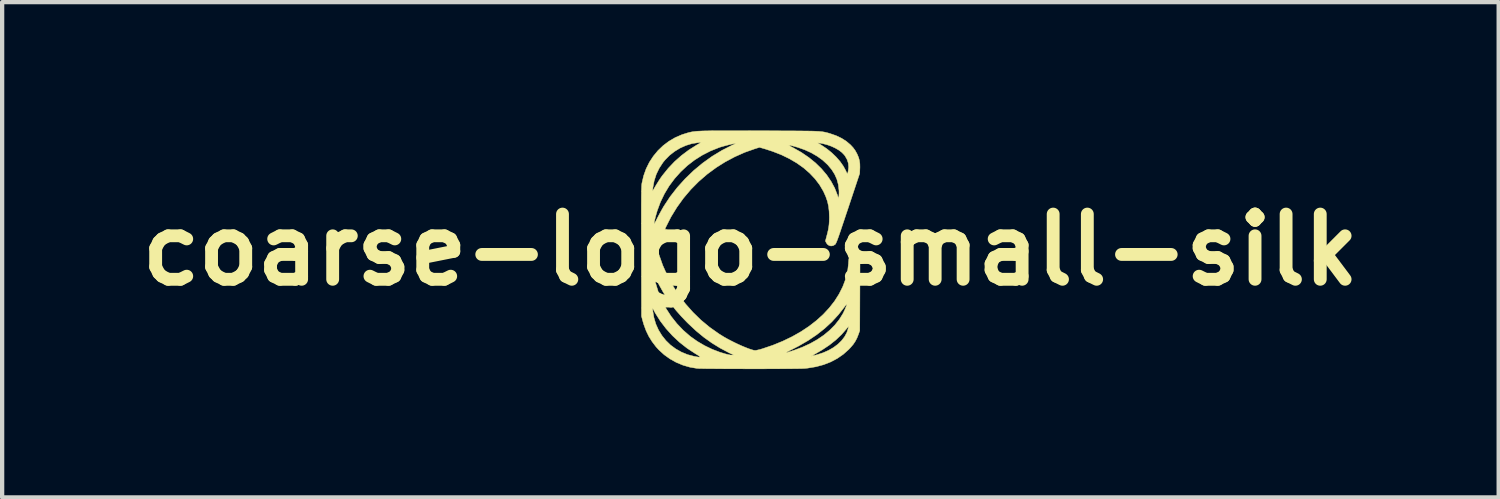
<source format=kicad_pcb>
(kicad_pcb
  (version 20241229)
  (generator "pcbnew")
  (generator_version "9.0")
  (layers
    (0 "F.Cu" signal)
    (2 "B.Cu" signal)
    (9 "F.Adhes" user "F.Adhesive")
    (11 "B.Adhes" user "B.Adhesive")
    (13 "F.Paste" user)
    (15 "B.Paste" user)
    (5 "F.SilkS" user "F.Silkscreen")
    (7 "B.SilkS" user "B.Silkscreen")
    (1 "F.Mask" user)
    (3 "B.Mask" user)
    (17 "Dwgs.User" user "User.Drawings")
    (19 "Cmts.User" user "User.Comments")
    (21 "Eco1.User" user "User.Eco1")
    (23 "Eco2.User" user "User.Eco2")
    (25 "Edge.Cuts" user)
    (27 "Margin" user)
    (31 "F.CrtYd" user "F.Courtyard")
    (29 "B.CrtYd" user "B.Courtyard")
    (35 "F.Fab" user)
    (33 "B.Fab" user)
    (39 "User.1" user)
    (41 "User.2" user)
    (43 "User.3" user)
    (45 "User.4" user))
  (footprint "coarse-logo-small-silk"
    (layer "F.Cu")
    (at 14.485 2.787)
    (property "Reference" "coarse-logo-small-silk" (at 0 0 0) (layer "F.SilkS") (effects (font (size 1.524 1.524) (thickness 0.3))))
    (attr through_hole)
    (fp_poly (pts (xy -0.304 -2.782) (xy -0.131 -2.782) (xy 0.061 -2.781) (xy 0.228 -2.781) (xy 0.429 -2.781) (xy 0.611 -2.78) (xy 0.774 -2.779) (xy 0.92 -2.779) (xy 1.049 -2.778) (xy 1.163 -2.777) (xy 1.263 -2.776) (xy 1.35 -2.775) (xy 1.426 -2.774) (xy 1.491 -2.772) (xy 1.547 -2.769) (xy 1.595 -2.767) (xy 1.637 -2.763) (xy 1.673 -2.76) (xy 1.704 -2.755) (xy 1.733 -2.75) (xy 1.759 -2.744) (xy 1.785 -2.738) (xy 1.811 -2.731) (xy 1.839 -2.723) (xy 1.868 -2.714) (xy 2.006 -2.666) (xy 2.133 -2.605) (xy 2.245 -2.533) (xy 2.341 -2.451) (xy 2.342 -2.45) (xy 2.402 -2.385) (xy 2.448 -2.322) (xy 2.487 -2.252) (xy 2.498 -2.23) (xy 2.529 -2.156) (xy 2.548 -2.087) (xy 2.558 -2.014) (xy 2.56 -1.931) (xy 2.559 -1.905) (xy 2.554 -1.783) (xy 2.282 -0.966) (xy 2.232 -0.818) (xy 2.189 -0.688) (xy 2.151 -0.576) (xy 2.119 -0.48) (xy 2.091 -0.398) (xy 2.068 -0.331) (xy 2.048 -0.275) (xy 2.032 -0.231) (xy 2.018 -0.196) (xy 2.007 -0.17) (xy 1.998 -0.151) (xy 1.99 -0.137) (xy 1.984 -0.128) (xy 1.978 -0.123) (xy 1.932 -0.096) (xy 1.884 -0.089) (xy 1.838 -0.1) (xy 1.798 -0.129) (xy 1.774 -0.164) (xy 1.753 -0.205) (xy 1.777 -0.296) (xy 1.801 -0.387) (xy 1.819 -0.464) (xy 1.831 -0.533) (xy 1.839 -0.6) (xy 1.843 -0.671) (xy 1.845 -0.752) (xy 1.845 -0.762) (xy 1.84 -0.897) (xy 1.826 -1.019) (xy 1.8 -1.133) (xy 1.761 -1.245) (xy 1.709 -1.361) (xy 1.705 -1.369) (xy 1.617 -1.518) (xy 1.511 -1.658) (xy 1.386 -1.79) (xy 1.245 -1.913) (xy 1.086 -2.026) (xy 0.912 -2.128) (xy 0.723 -2.22) (xy 0.52 -2.299) (xy 0.345 -2.356) (xy 0.213 -2.394) (xy 0.104 -2.36) (xy -0.131 -2.277) (xy -0.363 -2.174) (xy -0.59 -2.053) (xy -0.794 -1.925) (xy -1.008 -1.768) (xy -1.208 -1.595) (xy -1.393 -1.408) (xy -1.564 -1.206) (xy -1.718 -0.992) (xy -1.856 -0.767) (xy -1.976 -0.53) (xy -2.078 -0.284) (xy -2.132 -0.125) (xy -2.171 -0.001) (xy -2.138 0.108) (xy -2.05 0.358) (xy -1.943 0.6) (xy -1.818 0.832) (xy -1.675 1.053) (xy -1.517 1.263) (xy -1.342 1.46) (xy -1.154 1.643) (xy -0.951 1.811) (xy -0.736 1.963) (xy -0.622 2.034) (xy -0.545 2.078) (xy -0.461 2.122) (xy -0.374 2.166) (xy -0.286 2.208) (xy -0.199 2.247) (xy -0.117 2.281) (xy -0.043 2.31) (xy 0.022 2.332) (xy 0.074 2.347) (xy 0.11 2.352) (xy 0.111 2.352) (xy 0.138 2.349) (xy 0.179 2.34) (xy 0.229 2.328) (xy 0.28 2.313) (xy 0.525 2.23) (xy 0.757 2.135) (xy 0.975 2.03) (xy 1.18 1.914) (xy 1.37 1.788) (xy 1.544 1.653) (xy 1.702 1.51) (xy 1.843 1.358) (xy 1.967 1.2) (xy 2.072 1.034) (xy 2.158 0.863) (xy 2.212 0.721) (xy 2.251 0.589) (xy 2.277 0.458) (xy 2.292 0.32) (xy 2.293 0.294) (xy 2.299 0.228) (xy 2.308 0.18) (xy 2.321 0.145) (xy 2.342 0.12) (xy 2.37 0.101) (xy 2.372 0.1) (xy 2.42 0.086) (xy 2.468 0.092) (xy 2.512 0.118) (xy 2.527 0.132) (xy 2.562 0.17) (xy 2.556 1.889) (xy 2.526 1.974) (xy 2.492 2.06) (xy 2.452 2.137) (xy 2.404 2.209) (xy 2.342 2.282) (xy 2.297 2.33) (xy 2.171 2.442) (xy 2.031 2.539) (xy 1.878 2.62) (xy 1.711 2.685) (xy 1.533 2.733) (xy 1.342 2.765) (xy 1.263 2.773) (xy 1.234 2.774) (xy 1.186 2.776) (xy 1.121 2.777) (xy 1.04 2.778) (xy 0.945 2.779) (xy 0.837 2.78) (xy 0.72 2.78) (xy 0.593 2.781) (xy 0.459 2.781) (xy 0.32 2.782) (xy 0.177 2.782) (xy 0.032 2.782) (xy -0.113 2.782) (xy -0.257 2.781) (xy -0.397 2.781) (xy -0.533 2.781) (xy -0.662 2.78) (xy -0.782 2.779) (xy -0.893 2.778) (xy -0.992 2.778) (xy -1.077 2.776) (xy -1.147 2.775) (xy -1.2 2.774) (xy -1.234 2.772) (xy -1.244 2.772) (xy -1.411 2.744) (xy -1.574 2.697) (xy -1.731 2.632) (xy -1.878 2.55) (xy -2.015 2.452) (xy -2.139 2.339) (xy -2.203 2.269) (xy -2.296 2.147) (xy -2.373 2.024) (xy -2.437 1.892) (xy -2.49 1.748) (xy -2.517 1.656) (xy -2.545 1.55) (xy -2.545 1.36) (xy -2.287 1.36) (xy -2.28 1.429) (xy -2.254 1.585) (xy -2.21 1.734) (xy -2.147 1.874) (xy -2.068 2.003) (xy -1.974 2.121) (xy -1.866 2.226) (xy -1.744 2.316) (xy -1.611 2.391) (xy -1.467 2.45) (xy -1.314 2.49) (xy -1.299 2.492) (xy -1.24 2.503) (xy -1.2 2.508) (xy -1.179 2.507) (xy -1.176 2.5) (xy -1.193 2.485) (xy -1.198 2.482) (xy 1.418 2.482) (xy 1.423 2.487) (xy 1.429 2.482) (xy 1.423 2.477) (xy 1.418 2.482) (xy -1.198 2.482) (xy -1.207 2.476) (xy 1.449 2.476) (xy 1.45 2.476) (xy 1.467 2.474) (xy 1.498 2.467) (xy 1.539 2.457) (xy 1.562 2.451) (xy 1.7 2.406) (xy 1.827 2.35) (xy 1.943 2.283) (xy 2.045 2.207) (xy 2.131 2.123) (xy 2.201 2.032) (xy 2.253 1.936) (xy 2.28 1.857) (xy 2.288 1.824) (xy 2.293 1.801) (xy 2.293 1.792) (xy 2.286 1.799) (xy 2.269 1.818) (xy 2.246 1.846) (xy 2.243 1.85) (xy 2.129 1.981) (xy 1.996 2.107) (xy 1.846 2.226) (xy 1.68 2.337) (xy 1.558 2.408) (xy 1.514 2.433) (xy 1.479 2.454) (xy 1.457 2.469) (xy 1.449 2.476) (xy -1.207 2.476) (xy -1.228 2.462) (xy -1.281 2.43) (xy -1.292 2.423) (xy -1.479 2.3) (xy -1.656 2.161) (xy -1.82 2.008) (xy -1.97 1.842) (xy -2.105 1.665) (xy -2.221 1.481) (xy -2.24 1.446) (xy -2.287 1.36) (xy -2.545 1.36) (xy -2.547 0.625) (xy -2.249 0.625) (xy -2.244 0.657) (xy -2.232 0.709) (xy -2.214 0.78) (xy -2.212 0.788) (xy -2.15 0.99) (xy -2.069 1.187) (xy -1.969 1.375) (xy -1.852 1.555) (xy -1.719 1.723) (xy -1.571 1.879) (xy -1.409 2.02) (xy -1.397 2.029) (xy -1.24 2.14) (xy -1.071 2.239) (xy -0.893 2.325) (xy -0.712 2.394) (xy -0.582 2.433) (xy -0.527 2.447) (xy -0.477 2.457) (xy -0.436 2.464) (xy -0.407 2.467) (xy -0.393 2.465) (xy -0.393 2.461) (xy -0.404 2.454) (xy -0.43 2.441) (xy -0.467 2.422) (xy -0.504 2.404) (xy -0.508 2.402) (xy 0.837 2.402) (xy 0.849 2.401) (xy 0.879 2.393) (xy 0.929 2.378) (xy 0.999 2.355) (xy 1.016 2.35) (xy 1.212 2.277) (xy 1.395 2.193) (xy 1.564 2.098) (xy 1.718 1.993) (xy 1.856 1.878) (xy 1.977 1.755) (xy 2.08 1.625) (xy 2.165 1.487) (xy 2.206 1.401) (xy 2.23 1.343) (xy 2.245 1.304) (xy 2.25 1.283) (xy 2.245 1.279) (xy 2.231 1.293) (xy 2.206 1.324) (xy 2.196 1.339) (xy 2.056 1.517) (xy 1.903 1.684) (xy 1.735 1.839) (xy 1.551 1.984) (xy 1.351 2.119) (xy 1.132 2.246) (xy 0.979 2.325) (xy 0.916 2.356) (xy 0.871 2.379) (xy 0.845 2.394) (xy 0.837 2.402) (xy -0.508 2.402) (xy -0.708 2.296) (xy -0.901 2.177) (xy -1.086 2.045) (xy -1.266 1.897) (xy -1.444 1.731) (xy -1.477 1.699) (xy -1.614 1.556) (xy -1.736 1.418) (xy -1.845 1.281) (xy -1.945 1.139) (xy -2.039 0.988) (xy -2.13 0.825) (xy -2.168 0.751) (xy -2.2 0.689) (xy -2.223 0.645) (xy -2.239 0.619) (xy -2.248 0.613) (xy -2.249 0.625) (xy -2.547 0.625) (xy -2.548 0.043) (xy -2.548 -0.17) (xy -2.549 -0.362) (xy -2.549 -0.536) (xy -2.549 -0.622) (xy -2.25 -0.622) (xy -2.248 -0.611) (xy -2.239 -0.619) (xy -2.223 -0.646) (xy -2.199 -0.691) (xy -2.177 -0.736) (xy -2.143 -0.801) (xy -2.106 -0.87) (xy -2.069 -0.937) (xy -2.036 -0.995) (xy -2.027 -1.011) (xy -1.876 -1.24) (xy -1.708 -1.456) (xy -1.524 -1.66) (xy -1.327 -1.85) (xy -1.116 -2.025) (xy -0.894 -2.184) (xy -0.661 -2.325) (xy -0.432 -2.441) (xy 0.899 -2.441) (xy 0.916 -2.429) (xy 0.953 -2.409) (xy 1.002 -2.383) (xy 1.192 -2.275) (xy 1.365 -2.157) (xy 1.522 -2.03) (xy 1.661 -1.894) (xy 1.783 -1.75) (xy 1.886 -1.598) (xy 1.971 -1.441) (xy 2.035 -1.277) (xy 2.039 -1.264) (xy 2.058 -1.203) (xy 2.067 -1.25) (xy 2.07 -1.282) (xy 2.072 -1.327) (xy 2.071 -1.377) (xy 2.07 -1.395) (xy 2.054 -1.526) (xy 2.021 -1.648) (xy 1.97 -1.763) (xy 1.901 -1.873) (xy 1.811 -1.981) (xy 1.797 -1.995) (xy 1.69 -2.094) (xy 1.565 -2.184) (xy 1.426 -2.265) (xy 1.274 -2.335) (xy 1.113 -2.392) (xy 1.023 -2.418) (xy 0.962 -2.433) (xy 0.921 -2.443) (xy 0.9 -2.445) (xy 0.899 -2.441) (xy -0.432 -2.441) (xy -0.429 -2.443) (xy -0.389 -2.461) (xy -0.36 -2.476) (xy -0.343 -2.485) (xy -0.341 -2.487) (xy -0.364 -2.484) (xy -0.402 -2.477) (xy -0.452 -2.466) (xy -0.51 -2.452) (xy -0.571 -2.436) (xy -0.63 -2.42) (xy -0.684 -2.405) (xy -0.728 -2.391) (xy -0.931 -2.31) (xy -1.123 -2.212) (xy -1.305 -2.097) (xy -1.474 -1.967) (xy -1.63 -1.821) (xy -1.772 -1.662) (xy -1.899 -1.491) (xy -2.009 -1.308) (xy -2.102 -1.115) (xy -2.177 -0.912) (xy -2.217 -0.773) (xy -2.234 -0.703) (xy -2.245 -0.653) (xy -2.25 -0.622) (xy -2.549 -0.622) (xy -2.549 -0.691) (xy -2.549 -0.83) (xy -2.549 -0.952) (xy -2.549 -1.06) (xy -2.548 -1.154) (xy -2.548 -1.235) (xy -2.547 -1.305) (xy -2.546 -1.363) (xy -2.546 -1.371) (xy -2.287 -1.371) (xy -2.204 -1.51) (xy -2.168 -1.568) (xy -2.131 -1.627) (xy -2.095 -1.681) (xy -2.064 -1.725) (xy -2.058 -1.733) (xy -1.92 -1.904) (xy -1.772 -2.06) (xy -1.613 -2.201) (xy -1.44 -2.331) (xy -1.249 -2.452) (xy -1.243 -2.455) (xy -1.167 -2.499) (xy 1.572 -2.499) (xy 1.662 -2.444) (xy 1.785 -2.361) (xy 1.9 -2.268) (xy 2.004 -2.168) (xy 2.096 -2.063) (xy 2.171 -1.956) (xy 2.229 -1.85) (xy 2.233 -1.839) (xy 2.248 -1.807) (xy 2.26 -1.785) (xy 2.266 -1.778) (xy 2.271 -1.788) (xy 2.279 -1.812) (xy 2.285 -1.838) (xy 2.296 -1.934) (xy 2.288 -2.023) (xy 2.261 -2.107) (xy 2.214 -2.19) (xy 2.191 -2.22) (xy 2.138 -2.275) (xy 2.068 -2.328) (xy 1.984 -2.377) (xy 1.891 -2.42) (xy 1.792 -2.455) (xy 1.69 -2.481) (xy 1.625 -2.493) (xy 1.572 -2.499) (xy -1.167 -2.499) (xy -1.148 -2.51) (xy -1.222 -2.504) (xy -1.366 -2.481) (xy -1.507 -2.438) (xy -1.643 -2.377) (xy -1.771 -2.299) (xy -1.889 -2.207) (xy -1.994 -2.1) (xy -2.043 -2.04) (xy -2.13 -1.907) (xy -2.199 -1.765) (xy -2.248 -1.613) (xy -2.278 -1.452) (xy -2.28 -1.434) (xy -2.287 -1.371) (xy -2.546 -1.371) (xy -2.545 -1.412) (xy -2.543 -1.453) (xy -2.542 -1.486) (xy -2.54 -1.512) (xy -2.538 -1.533) (xy -2.536 -1.549) (xy -2.535 -1.555) (xy -2.495 -1.728) (xy -2.437 -1.891) (xy -2.361 -2.045) (xy -2.268 -2.187) (xy -2.161 -2.317) (xy -2.039 -2.434) (xy -1.904 -2.536) (xy -1.757 -2.622) (xy -1.598 -2.691) (xy -1.457 -2.735) (xy -1.43 -2.742) (xy -1.403 -2.748) (xy -1.376 -2.754) (xy -1.348 -2.759) (xy -1.316 -2.763) (xy -1.281 -2.767) (xy -1.241 -2.771) (xy -1.194 -2.773) (xy -1.14 -2.776) (xy -1.078 -2.778) (xy -1.006 -2.779) (xy -0.923 -2.781) (xy -0.828 -2.782) (xy -0.72 -2.782) (xy -0.597 -2.782) (xy -0.459 -2.782) (xy -0.304 -2.782)) (stroke (width 0.01) (type solid)) (fill yes) (layer "F.SilkS")))
  (gr_rect
    (start -3 -3)
    (end 31.971 8.574)
    (stroke (width 0.1) (type default))
    (fill no)
    (layer "Edge.Cuts")))
</source>
